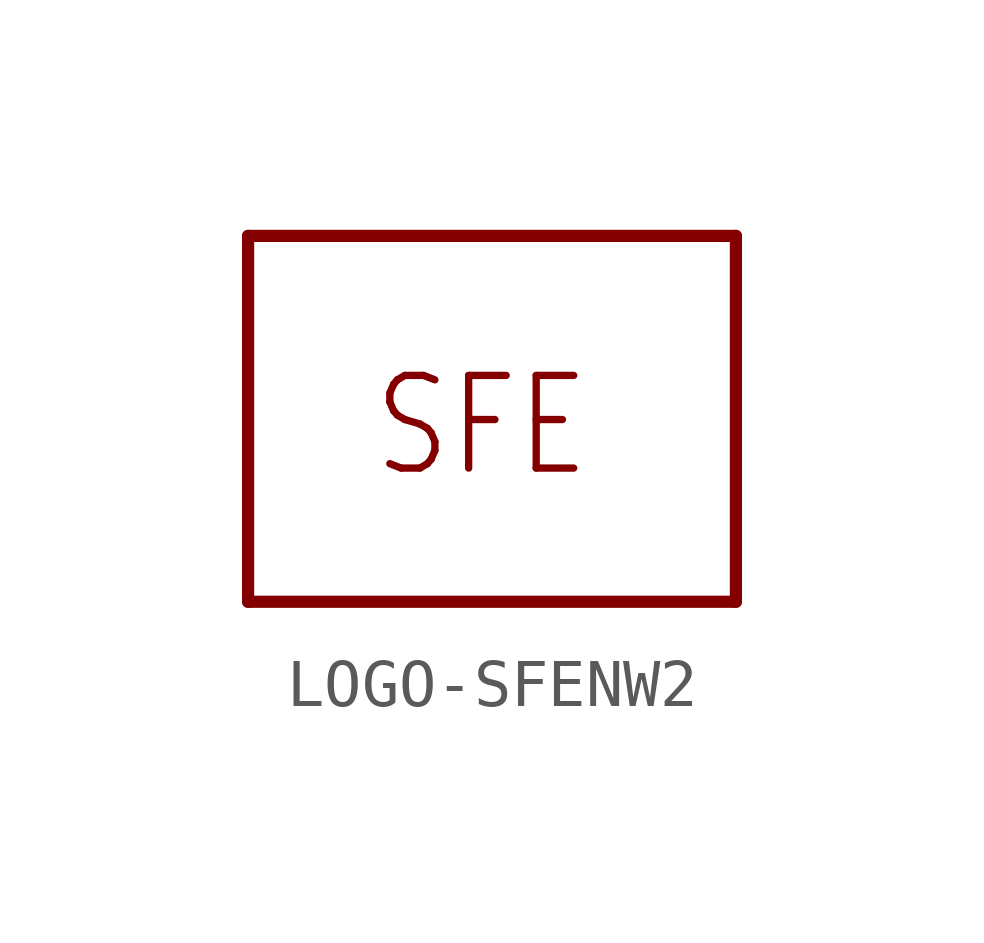
<source format=kicad_sym>
(kicad_symbol_lib
  (version 20231120)
  (generator "kicad_symbol_editor")
  (generator_version "8.0")
  (symbol "LOGO-SFENW2"
    (property "Reference" "LOGO"
      (at 0 0 0)
      (effects (font (size 1.27 1.27)) (hide yes)))
    (property "ki_locked" ""
      (at 0 0 0)
      (effects (font (size 1.27 1.27))))
    (symbol "LOGO-SFENW2_1_0"
      (polyline (pts (xy -2.54 -2.54) (xy 7.62 -2.54)) (stroke (width 0.254) (type solid)) (fill (type none)))
      (polyline (pts (xy -2.54 5.08) (xy -2.54 -2.54)) (stroke (width 0.254) (type solid)) (fill (type none)))
      (polyline (pts (xy 7.62 -2.54) (xy 7.62 5.08)) (stroke (width 0.254) (type solid)) (fill (type none)))
      (polyline (pts (xy 7.62 5.08) (xy -2.54 5.08)) (stroke (width 0.254) (type solid)) (fill (type none)))
      (text "SFE" (at 0 0 0) (effects (font (size 1.93 1.641)) (justify left bottom))))))
</source>
